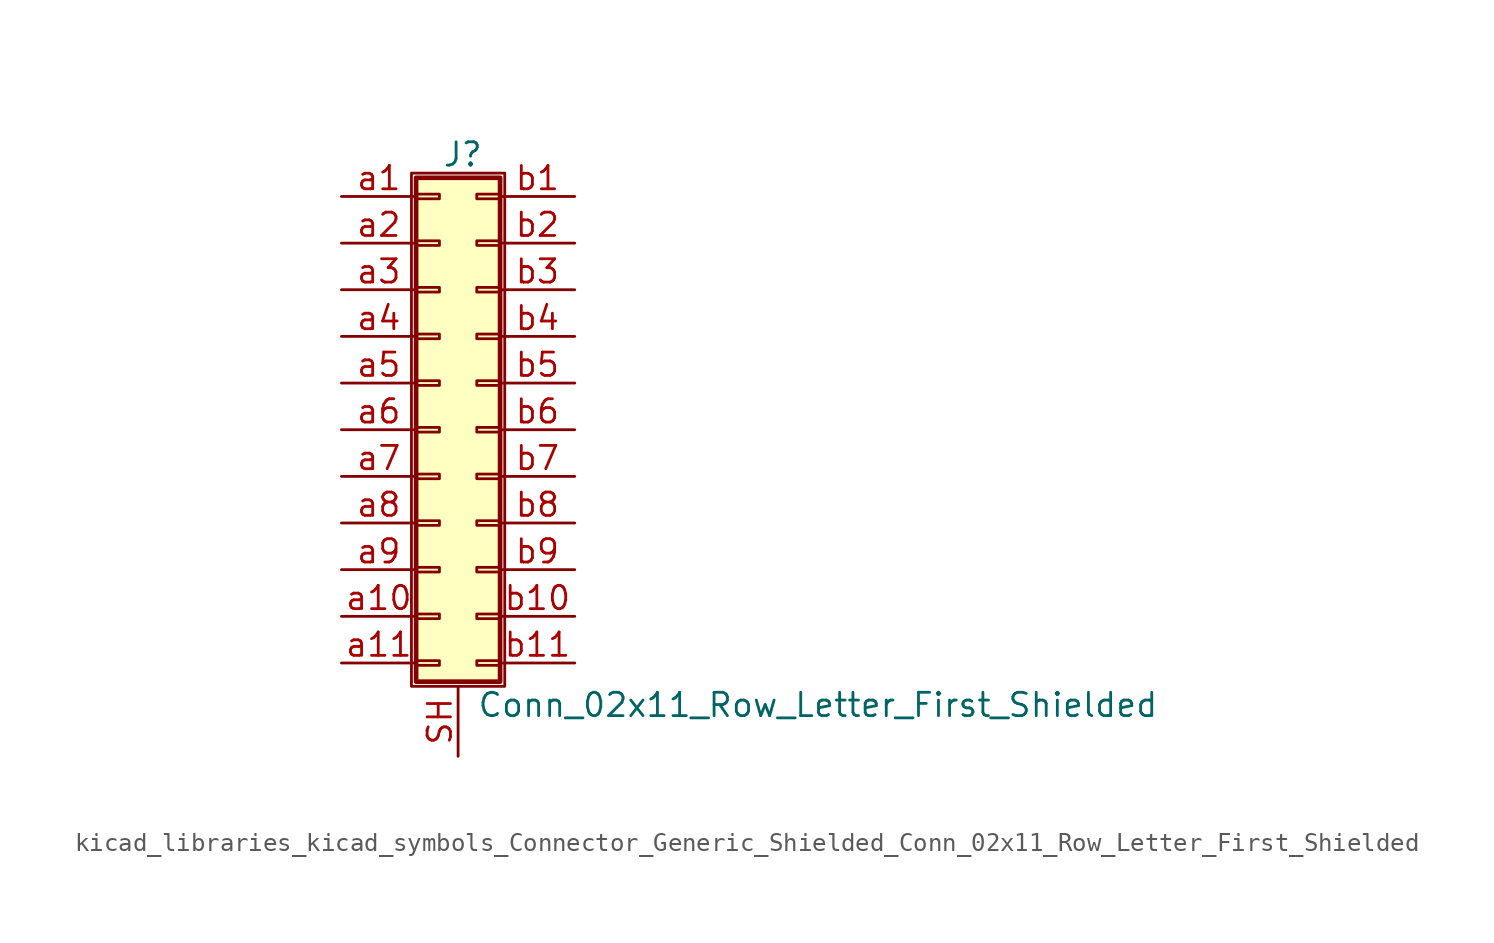
<source format=kicad_sym>
(kicad_symbol_lib
  (version 20220914)
  (generator kicad_symbol_editor)
  (symbol "kicad_libraries_kicad_symbols_Connector_Generic_Shielded_Conn_02x11_Row_Letter_First_Shielded"
    (pin_names
      (offset 1.016) hide)
    (property "Reference" "J"
      (at 1.524 14.986 0)
      (effects (font (size 1.27 1.27))))
    (property "Value" "Conn_02x11_Row_Letter_First_Shielded"
      (at 2.286 -14.986 0)
      (effects (font (size 1.27 1.27)) (justify left)))
    (symbol "kicad_libraries_kicad_symbols_Connector_Generic_Shielded_Conn_02x11_Row_Letter_First_Shielded_1_1"
      (rectangle (start -1.27 13.97) (end 3.81 -13.97) (stroke (width 0.152) (type default)) (fill (type none)))
      (rectangle (start -1.016 -12.573) (end 0.254 -12.827) (stroke (width 0.152) (type default)) (fill (type none)))
      (rectangle (start -1.016 -10.033) (end 0.254 -10.287) (stroke (width 0.152) (type default)) (fill (type none)))
      (rectangle (start -1.016 -7.493) (end 0.254 -7.747) (stroke (width 0.152) (type default)) (fill (type none)))
      (rectangle (start -1.016 -4.953) (end 0.254 -5.207) (stroke (width 0.152) (type default)) (fill (type none)))
      (rectangle (start -1.016 -2.413) (end 0.254 -2.667) (stroke (width 0.152) (type default)) (fill (type none)))
      (rectangle (start -1.016 0.127) (end 0.254 -0.127) (stroke (width 0.152) (type default)) (fill (type none)))
      (rectangle (start -1.016 2.667) (end 0.254 2.413) (stroke (width 0.152) (type default)) (fill (type none)))
      (rectangle (start -1.016 5.207) (end 0.254 4.953) (stroke (width 0.152) (type default)) (fill (type none)))
      (rectangle (start -1.016 7.747) (end 0.254 7.493) (stroke (width 0.152) (type default)) (fill (type none)))
      (rectangle (start -1.016 10.287) (end 0.254 10.033) (stroke (width 0.152) (type default)) (fill (type none)))
      (rectangle (start -1.016 12.827) (end 0.254 12.573) (stroke (width 0.152) (type default)) (fill (type none)))
      (rectangle (start -1.016 13.716) (end 3.556 -13.716) (stroke (width 0.254) (type default)) (fill (type background)))
      (rectangle (start 3.556 -12.573) (end 2.286 -12.827) (stroke (width 0.152) (type default)) (fill (type none)))
      (rectangle (start 3.556 -10.033) (end 2.286 -10.287) (stroke (width 0.152) (type default)) (fill (type none)))
      (rectangle (start 3.556 -7.493) (end 2.286 -7.747) (stroke (width 0.152) (type default)) (fill (type none)))
      (rectangle (start 3.556 -4.953) (end 2.286 -5.207) (stroke (width 0.152) (type default)) (fill (type none)))
      (rectangle (start 3.556 -2.413) (end 2.286 -2.667) (stroke (width 0.152) (type default)) (fill (type none)))
      (rectangle (start 3.556 0.127) (end 2.286 -0.127) (stroke (width 0.152) (type default)) (fill (type none)))
      (rectangle (start 3.556 2.667) (end 2.286 2.413) (stroke (width 0.152) (type default)) (fill (type none)))
      (rectangle (start 3.556 5.207) (end 2.286 4.953) (stroke (width 0.152) (type default)) (fill (type none)))
      (rectangle (start 3.556 7.747) (end 2.286 7.493) (stroke (width 0.152) (type default)) (fill (type none)))
      (rectangle (start 3.556 10.287) (end 2.286 10.033) (stroke (width 0.152) (type default)) (fill (type none)))
      (rectangle (start 3.556 12.827) (end 2.286 12.573) (stroke (width 0.152) (type default)) (fill (type none)))
      (pin passive line (at 1.27 -17.78 90) (length 3.81) (name "Shield" (effects (font (size 1.27 1.27)))) (number "SH" (effects (font (size 1.27 1.27)))))
      (pin passive line (at -5.08 12.7 0) (length 4.064) (name "Pin_a1" (effects (font (size 1.27 1.27)))) (number "a1" (effects (font (size 1.27 1.27)))))
      (pin passive line (at -5.08 -10.16 0) (length 4.064) (name "Pin_a10" (effects (font (size 1.27 1.27)))) (number "a10" (effects (font (size 1.27 1.27)))))
      (pin passive line (at -5.08 -12.7 0) (length 4.064) (name "Pin_a11" (effects (font (size 1.27 1.27)))) (number "a11" (effects (font (size 1.27 1.27)))))
      (pin passive line (at -5.08 10.16 0) (length 4.064) (name "Pin_a2" (effects (font (size 1.27 1.27)))) (number "a2" (effects (font (size 1.27 1.27)))))
      (pin passive line (at -5.08 7.62 0) (length 4.064) (name "Pin_a3" (effects (font (size 1.27 1.27)))) (number "a3" (effects (font (size 1.27 1.27)))))
      (pin passive line (at -5.08 5.08 0) (length 4.064) (name "Pin_a4" (effects (font (size 1.27 1.27)))) (number "a4" (effects (font (size 1.27 1.27)))))
      (pin passive line (at -5.08 2.54 0) (length 4.064) (name "Pin_a5" (effects (font (size 1.27 1.27)))) (number "a5" (effects (font (size 1.27 1.27)))))
      (pin passive line (at -5.08 0 0) (length 4.064) (name "Pin_a6" (effects (font (size 1.27 1.27)))) (number "a6" (effects (font (size 1.27 1.27)))))
      (pin passive line (at -5.08 -2.54 0) (length 4.064) (name "Pin_a7" (effects (font (size 1.27 1.27)))) (number "a7" (effects (font (size 1.27 1.27)))))
      (pin passive line (at -5.08 -5.08 0) (length 4.064) (name "Pin_a8" (effects (font (size 1.27 1.27)))) (number "a8" (effects (font (size 1.27 1.27)))))
      (pin passive line (at -5.08 -7.62 0) (length 4.064) (name "Pin_a9" (effects (font (size 1.27 1.27)))) (number "a9" (effects (font (size 1.27 1.27)))))
      (pin passive line (at 7.62 12.7 180) (length 4.064) (name "Pin_b1" (effects (font (size 1.27 1.27)))) (number "b1" (effects (font (size 1.27 1.27)))))
      (pin passive line (at 7.62 -10.16 180) (length 4.064) (name "Pin_b10" (effects (font (size 1.27 1.27)))) (number "b10" (effects (font (size 1.27 1.27)))))
      (pin passive line (at 7.62 -12.7 180) (length 4.064) (name "Pin_b11" (effects (font (size 1.27 1.27)))) (number "b11" (effects (font (size 1.27 1.27)))))
      (pin passive line (at 7.62 10.16 180) (length 4.064) (name "Pin_b2" (effects (font (size 1.27 1.27)))) (number "b2" (effects (font (size 1.27 1.27)))))
      (pin passive line (at 7.62 7.62 180) (length 4.064) (name "Pin_b3" (effects (font (size 1.27 1.27)))) (number "b3" (effects (font (size 1.27 1.27)))))
      (pin passive line (at 7.62 5.08 180) (length 4.064) (name "Pin_b4" (effects (font (size 1.27 1.27)))) (number "b4" (effects (font (size 1.27 1.27)))))
      (pin passive line (at 7.62 2.54 180) (length 4.064) (name "Pin_b5" (effects (font (size 1.27 1.27)))) (number "b5" (effects (font (size 1.27 1.27)))))
      (pin passive line (at 7.62 0 180) (length 4.064) (name "Pin_b6" (effects (font (size 1.27 1.27)))) (number "b6" (effects (font (size 1.27 1.27)))))
      (pin passive line (at 7.62 -2.54 180) (length 4.064) (name "Pin_b7" (effects (font (size 1.27 1.27)))) (number "b7" (effects (font (size 1.27 1.27)))))
      (pin passive line (at 7.62 -5.08 180) (length 4.064) (name "Pin_b8" (effects (font (size 1.27 1.27)))) (number "b8" (effects (font (size 1.27 1.27)))))
      (pin passive line (at 7.62 -7.62 180) (length 4.064) (name "Pin_b9" (effects (font (size 1.27 1.27)))) (number "b9" (effects (font (size 1.27 1.27))))))))
</source>
